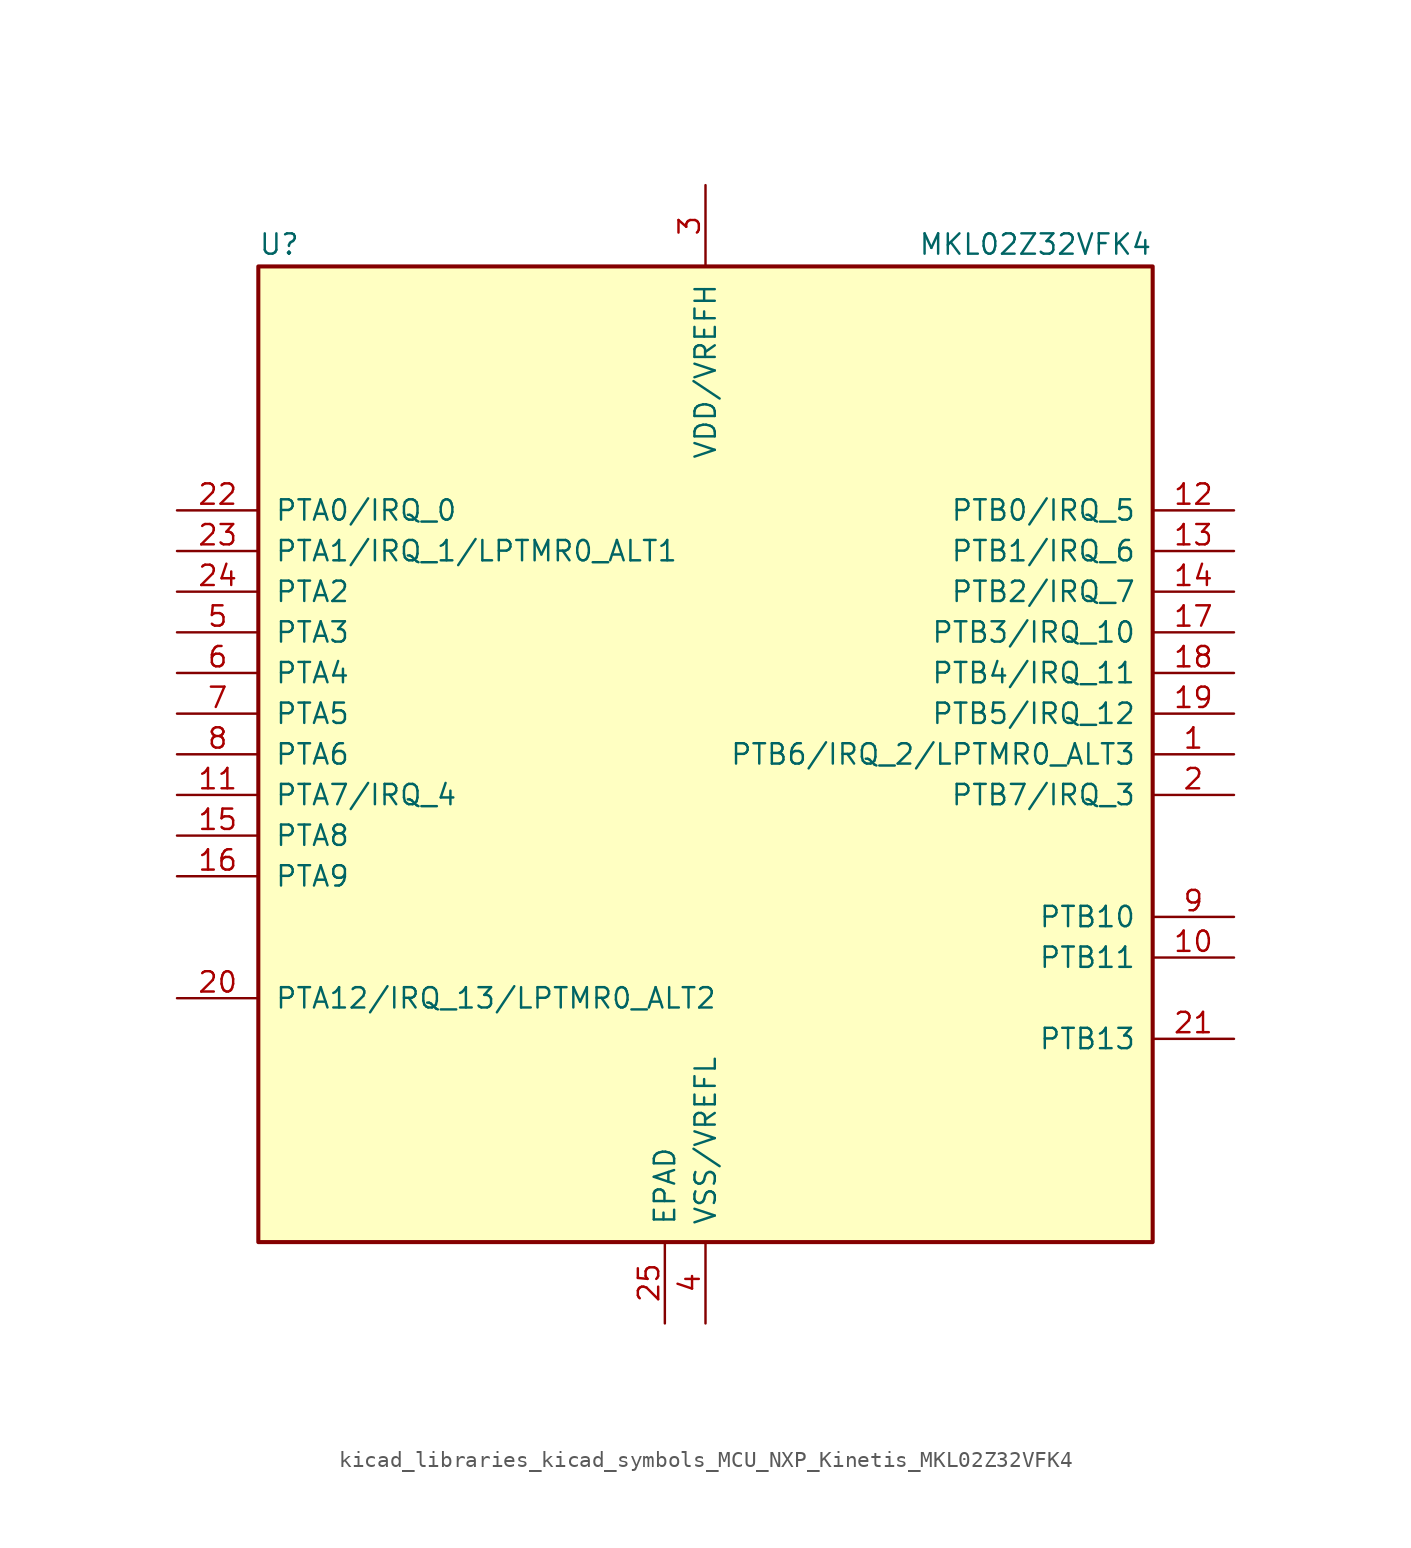
<source format=kicad_sym>
(kicad_symbol_lib
  (version 20220914)
  (generator kicad_symbol_editor)
  (symbol "kicad_libraries_kicad_symbols_MCU_NXP_Kinetis_MKL02Z32VFK4"
    (pin_names
      (offset 1.016))
    (property "Reference" "U"
      (at -27.94 31.115 0)
      (effects (font (size 1.27 1.27)) (justify left bottom)))
    (property "Value" "MKL02Z32VFK4"
      (at 27.94 31.115 0)
      (effects (font (size 1.27 1.27)) (justify right bottom)))
    (symbol "kicad_libraries_kicad_symbols_MCU_NXP_Kinetis_MKL02Z32VFK4_0_1"
      (rectangle (start -27.94 30.48) (end 27.94 -30.48) (stroke (width 0.254) (type default)) (fill (type background))))
    (symbol "kicad_libraries_kicad_symbols_MCU_NXP_Kinetis_MKL02Z32VFK4_1_1"
      (pin bidirectional line (at 33.02 0 180) (length 5.08) (name "PTB6/IRQ_2/LPTMR0_ALT3" (effects (font (size 1.27 1.27)))) (number "1" (effects (font (size 1.27 1.27)))))
      (pin bidirectional line (at 33.02 -12.7 180) (length 5.08) (name "PTB11" (effects (font (size 1.27 1.27)))) (number "10" (effects (font (size 1.27 1.27)))))
      (pin bidirectional line (at -33.02 -2.54 0) (length 5.08) (name "PTA7/IRQ_4" (effects (font (size 1.27 1.27)))) (number "11" (effects (font (size 1.27 1.27)))))
      (pin bidirectional line (at 33.02 15.24 180) (length 5.08) (name "PTB0/IRQ_5" (effects (font (size 1.27 1.27)))) (number "12" (effects (font (size 1.27 1.27)))))
      (pin bidirectional line (at 33.02 12.7 180) (length 5.08) (name "PTB1/IRQ_6" (effects (font (size 1.27 1.27)))) (number "13" (effects (font (size 1.27 1.27)))))
      (pin bidirectional line (at 33.02 10.16 180) (length 5.08) (name "PTB2/IRQ_7" (effects (font (size 1.27 1.27)))) (number "14" (effects (font (size 1.27 1.27)))))
      (pin bidirectional line (at -33.02 -5.08 0) (length 5.08) (name "PTA8" (effects (font (size 1.27 1.27)))) (number "15" (effects (font (size 1.27 1.27)))))
      (pin bidirectional line (at -33.02 -7.62 0) (length 5.08) (name "PTA9" (effects (font (size 1.27 1.27)))) (number "16" (effects (font (size 1.27 1.27)))))
      (pin bidirectional line (at 33.02 7.62 180) (length 5.08) (name "PTB3/IRQ_10" (effects (font (size 1.27 1.27)))) (number "17" (effects (font (size 1.27 1.27)))))
      (pin bidirectional line (at 33.02 5.08 180) (length 5.08) (name "PTB4/IRQ_11" (effects (font (size 1.27 1.27)))) (number "18" (effects (font (size 1.27 1.27)))))
      (pin bidirectional line (at 33.02 2.54 180) (length 5.08) (name "PTB5/IRQ_12" (effects (font (size 1.27 1.27)))) (number "19" (effects (font (size 1.27 1.27)))))
      (pin bidirectional line (at 33.02 -2.54 180) (length 5.08) (name "PTB7/IRQ_3" (effects (font (size 1.27 1.27)))) (number "2" (effects (font (size 1.27 1.27)))))
      (pin bidirectional line (at -33.02 -15.24 0) (length 5.08) (name "PTA12/IRQ_13/LPTMR0_ALT2" (effects (font (size 1.27 1.27)))) (number "20" (effects (font (size 1.27 1.27)))))
      (pin bidirectional line (at 33.02 -17.78 180) (length 5.08) (name "PTB13" (effects (font (size 1.27 1.27)))) (number "21" (effects (font (size 1.27 1.27)))))
      (pin bidirectional line (at -33.02 15.24 0) (length 5.08) (name "PTA0/IRQ_0" (effects (font (size 1.27 1.27)))) (number "22" (effects (font (size 1.27 1.27)))))
      (pin bidirectional line (at -33.02 12.7 0) (length 5.08) (name "PTA1/IRQ_1/LPTMR0_ALT1" (effects (font (size 1.27 1.27)))) (number "23" (effects (font (size 1.27 1.27)))))
      (pin bidirectional line (at -33.02 10.16 0) (length 5.08) (name "PTA2" (effects (font (size 1.27 1.27)))) (number "24" (effects (font (size 1.27 1.27)))))
      (pin power_in line (at -2.54 -35.56 90) (length 5.08) (name "EPAD" (effects (font (size 1.27 1.27)))) (number "25" (effects (font (size 1.27 1.27)))))
      (pin power_in line (at 0 35.56 270) (length 5.08) (name "VDD/VREFH" (effects (font (size 1.27 1.27)))) (number "3" (effects (font (size 1.27 1.27)))))
      (pin power_in line (at 0 -35.56 90) (length 5.08) (name "VSS/VREFL" (effects (font (size 1.27 1.27)))) (number "4" (effects (font (size 1.27 1.27)))))
      (pin bidirectional line (at -33.02 7.62 0) (length 5.08) (name "PTA3" (effects (font (size 1.27 1.27)))) (number "5" (effects (font (size 1.27 1.27)))))
      (pin bidirectional line (at -33.02 5.08 0) (length 5.08) (name "PTA4" (effects (font (size 1.27 1.27)))) (number "6" (effects (font (size 1.27 1.27)))))
      (pin bidirectional line (at -33.02 2.54 0) (length 5.08) (name "PTA5" (effects (font (size 1.27 1.27)))) (number "7" (effects (font (size 1.27 1.27)))))
      (pin bidirectional line (at -33.02 0 0) (length 5.08) (name "PTA6" (effects (font (size 1.27 1.27)))) (number "8" (effects (font (size 1.27 1.27)))))
      (pin bidirectional line (at 33.02 -10.16 180) (length 5.08) (name "PTB10" (effects (font (size 1.27 1.27)))) (number "9" (effects (font (size 1.27 1.27))))))))
</source>
